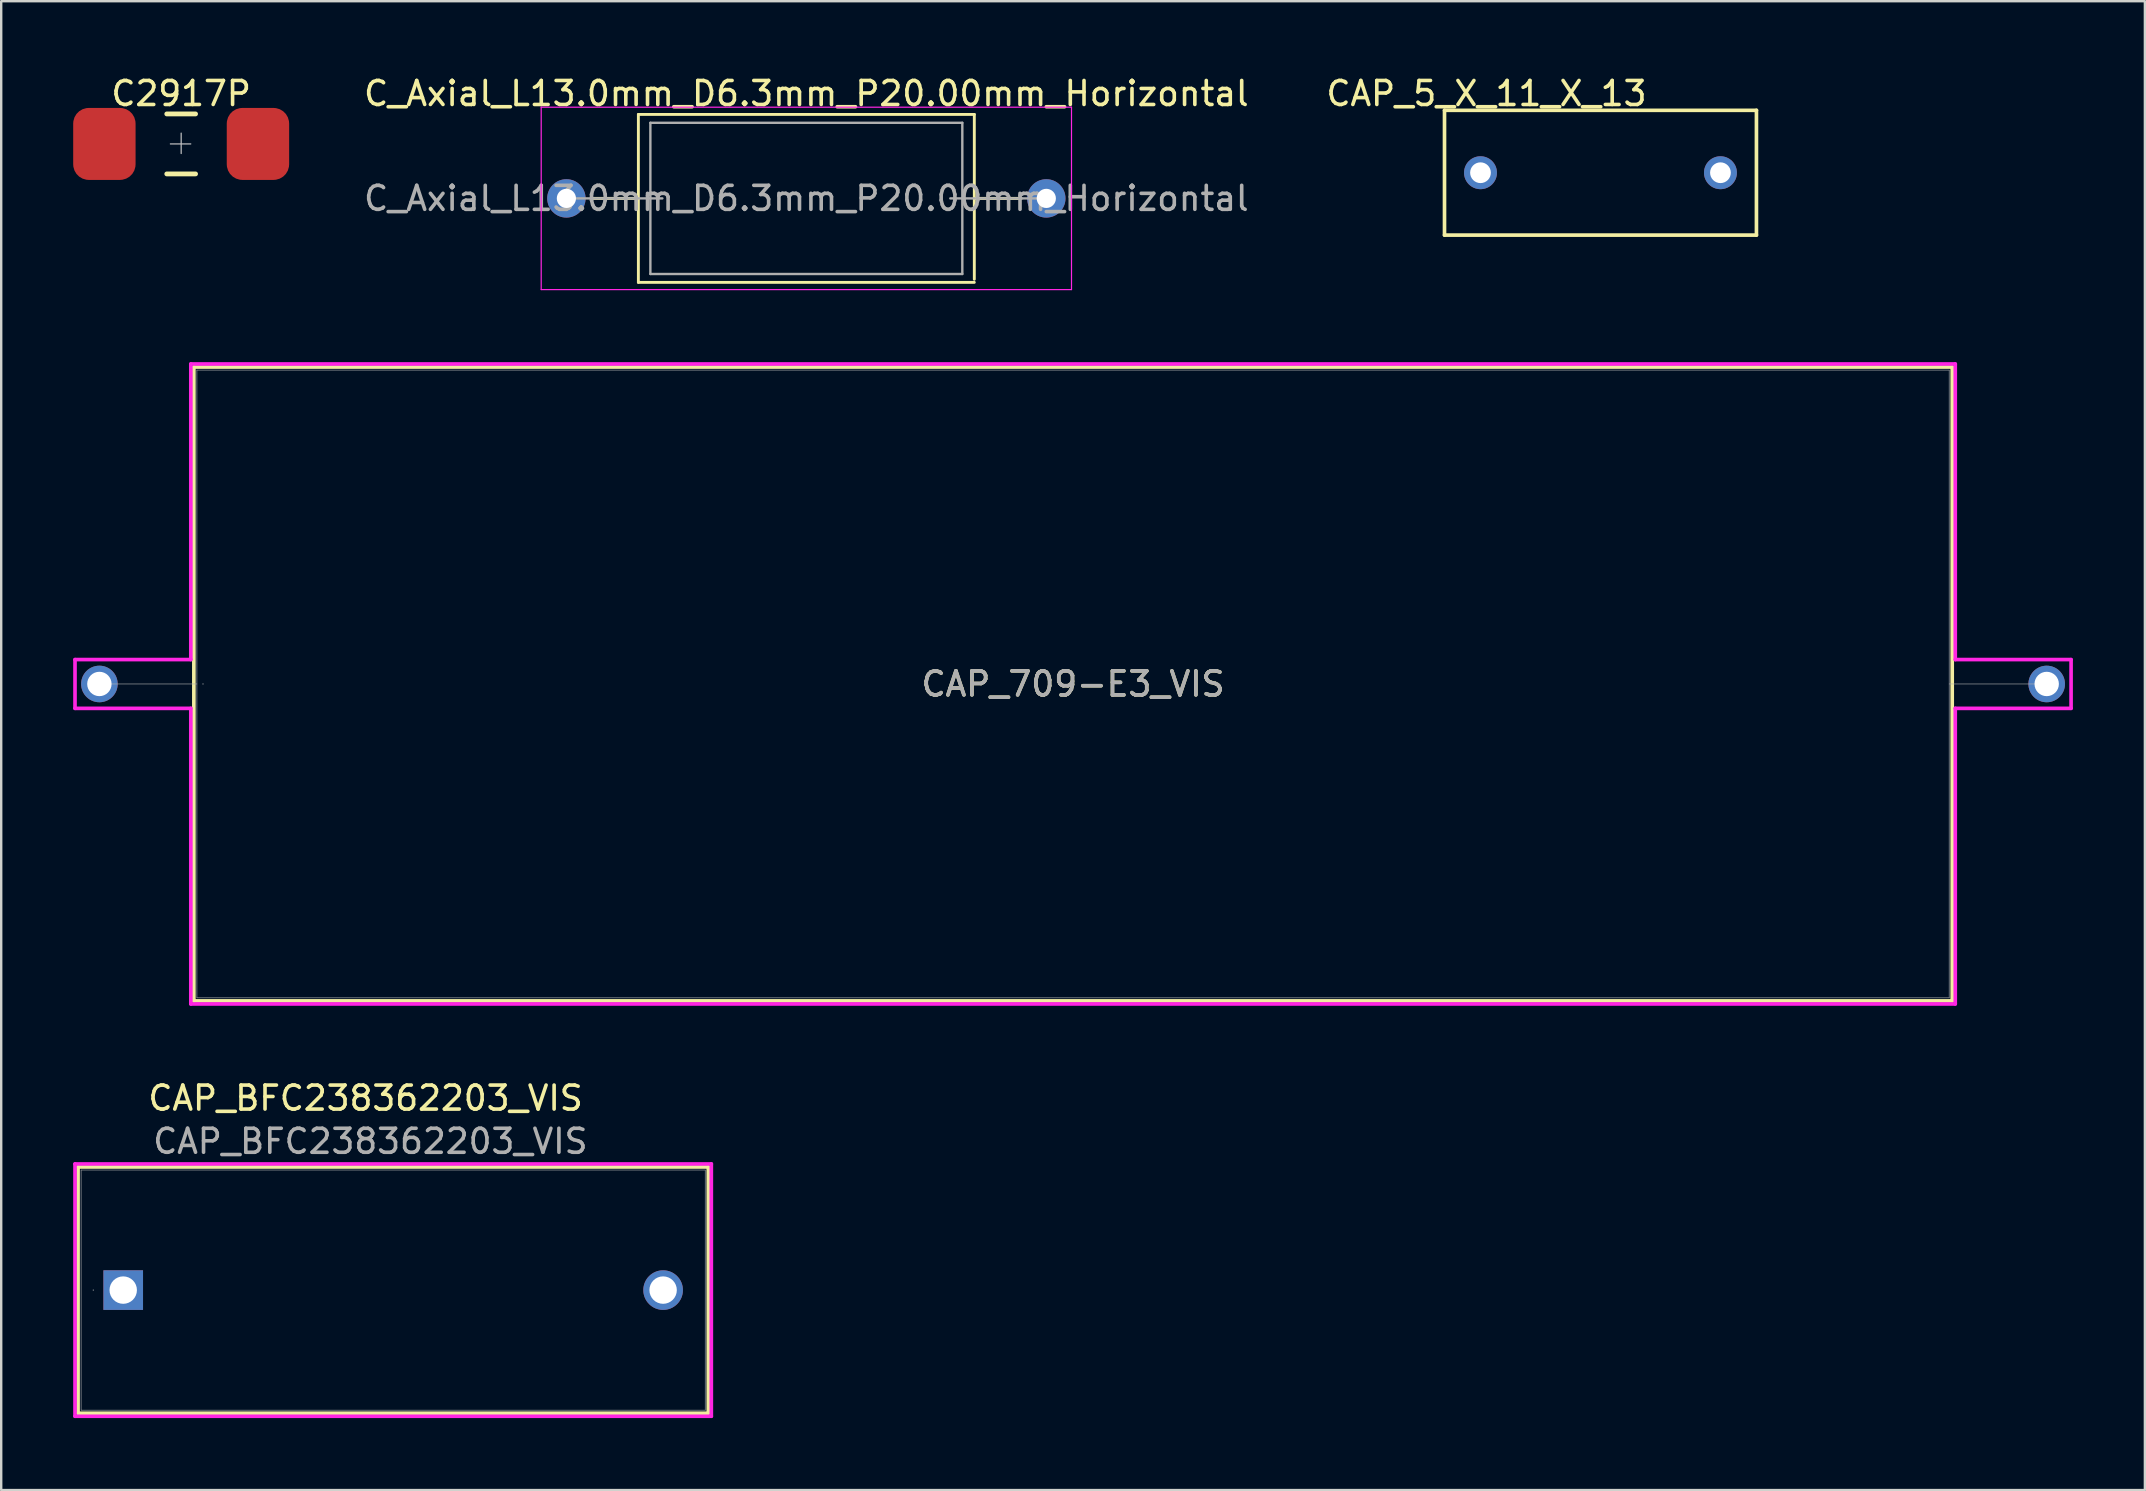
<source format=kicad_pcb>
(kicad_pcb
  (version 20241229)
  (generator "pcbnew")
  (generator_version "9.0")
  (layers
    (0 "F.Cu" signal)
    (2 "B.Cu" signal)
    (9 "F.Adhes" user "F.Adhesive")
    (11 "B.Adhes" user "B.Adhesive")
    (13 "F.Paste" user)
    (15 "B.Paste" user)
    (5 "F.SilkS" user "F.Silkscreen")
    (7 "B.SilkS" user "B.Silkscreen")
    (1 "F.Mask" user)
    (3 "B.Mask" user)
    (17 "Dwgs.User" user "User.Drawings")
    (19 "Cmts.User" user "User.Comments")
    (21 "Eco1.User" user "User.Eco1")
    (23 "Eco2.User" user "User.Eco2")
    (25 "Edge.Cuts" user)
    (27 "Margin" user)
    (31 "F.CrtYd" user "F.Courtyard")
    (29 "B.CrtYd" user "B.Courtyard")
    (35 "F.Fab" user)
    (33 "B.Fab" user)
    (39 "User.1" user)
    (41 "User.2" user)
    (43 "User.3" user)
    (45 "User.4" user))
  (footprint "CAP_BFC238362203_VIS"
    (layer "F.Cu")
    (at 2.085 50.714)
    (property "Reference" "CAP_BFC238362203_VIS" (at 10.1 -8 0) (unlocked yes) (layer "F.SilkS") (effects (font (size 1 1) (thickness 0.15))))
    (attr through_hole)
    (fp_line (start -1.882 -5.131) (end -1.882 5.131) (stroke (width 0.152) (type solid)) (layer "F.SilkS"))
    (fp_line (start 24.382 -5.131) (end -1.882 -5.131) (stroke (width 0.152) (type solid)) (layer "F.SilkS"))
    (fp_line (start 24.382 -5.131) (end 24.382 5.131) (stroke (width 0.152) (type solid)) (layer "F.SilkS"))
    (fp_line (start 24.382 5.131) (end -1.882 5.131) (stroke (width 0.152) (type solid)) (layer "F.SilkS"))
    (fp_line (start -2.009 -5.258) (end 24.509 -5.258) (stroke (width 0.152) (type solid)) (layer "F.CrtYd"))
    (fp_line (start -2.009 5.258) (end -2.009 -5.258) (stroke (width 0.152) (type solid)) (layer "F.CrtYd"))
    (fp_line (start 24.509 -5.258) (end 24.509 5.258) (stroke (width 0.152) (type solid)) (layer "F.CrtYd"))
    (fp_line (start 24.509 5.258) (end -2.009 5.258) (stroke (width 0.152) (type solid)) (layer "F.CrtYd"))
    (fp_line (start -1.755 -5.004) (end -1.755 5.004) (stroke (width 0.025) (type solid)) (layer "F.Fab"))
    (fp_line (start 24.255 -5.004) (end -1.755 -5.004) (stroke (width 0.025) (type solid)) (layer "F.Fab"))
    (fp_line (start 24.255 -5.004) (end 24.255 5.004) (stroke (width 0.025) (type solid)) (layer "F.Fab"))
    (fp_line (start 24.255 5.004) (end -1.755 5.004) (stroke (width 0.025) (type solid)) (layer "F.Fab"))
    (fp_circle (center -1.247 0) (end -1.247 0) (stroke (width 0.025) (type solid)) (fill no) (layer "F.Fab"))
    (fp_text user "${REFERENCE}" (at 10.3 -6.2 0) (unlocked yes) (layer "F.Fab") (effects (font (size 1 1) (thickness 0.15))))
    (pad "1" thru_hole rect (at 0 0) (size 1.651 1.651) (drill 1.143) (layers "*.Cu" "*.Mask"))
    (pad "2" thru_hole circle (at 22.5 0) (size 1.651 1.651) (drill 1.143) (layers "*.Cu" "*.Mask")))
  (footprint "CAP_5_X_11_X_13"
    (layer "F.Cu")
    (at 63.649 4.148)
    (property "Reference" "CAP_5_X_11_X_13" (at -4.75 -3.3 0) (layer "F.SilkS") (effects (font (size 1 1) (thickness 0.15))))
    (attr through_hole)
    (fp_line (start -6.5 -2.6) (end -6.5 2.6) (stroke (width 0.152) (type solid)) (layer "F.SilkS"))
    (fp_line (start 6.5 -2.6) (end -6.5 -2.6) (stroke (width 0.152) (type solid)) (layer "F.SilkS"))
    (fp_line (start 6.5 -2.6) (end 6.5 2.6) (stroke (width 0.152) (type solid)) (layer "F.SilkS"))
    (fp_line (start 6.5 2.6) (end -6.5 2.6) (stroke (width 0.152) (type solid)) (layer "F.SilkS"))
    (fp_text user "Copyright 2016 Accelerated Designs. All rights reserved." (at 0 0 0) (layer "Cmts.User") (effects (font (size 0.127 0.127) (thickness 0.002))))
    (pad "1" thru_hole circle (at -5 0) (size 1.372 1.372) (drill 0.864) (layers "*.Cu" "*.Mask"))
    (pad "2" thru_hole circle (at 5 0) (size 1.372 1.372) (drill 0.864) (layers "*.Cu" "*.Mask")))
  (footprint "C_Axial_L13.0mm_D6.3mm_P20.00mm_Horizontal"
    (layer "F.Cu")
    (at 30.554 5.218)
    (property "Reference" "C_Axial_L13.0mm_D6.3mm_P20.00mm_Horizontal" (at 0 -4.37 0) (layer "F.SilkS") (effects (font (size 1 1) (thickness 0.15))))
    (attr through_hole)
    (fp_line (start -8.96 0) (end -7 0) (stroke (width 0.12) (type solid)) (layer "F.SilkS"))
    (fp_line (start -7 -3.5) (end -7 3.5) (stroke (width 0.12) (type solid)) (layer "F.SilkS"))
    (fp_line (start -7 3.5) (end 7 3.5) (stroke (width 0.12) (type solid)) (layer "F.SilkS"))
    (fp_line (start 7 -3.5) (end -7 -3.5) (stroke (width 0.12) (type solid)) (layer "F.SilkS"))
    (fp_line (start 7 3.37) (end 7 -3.5) (stroke (width 0.12) (type solid)) (layer "F.SilkS"))
    (fp_line (start 8.96 0) (end 7 0) (stroke (width 0.12) (type solid)) (layer "F.SilkS"))
    (fp_line (start -11.05 -3.8) (end -11.05 3.8) (stroke (width 0.05) (type solid)) (layer "F.CrtYd"))
    (fp_line (start -11.05 3.8) (end 11.05 3.8) (stroke (width 0.05) (type solid)) (layer "F.CrtYd"))
    (fp_line (start 11.05 -3.8) (end -11.05 -3.8) (stroke (width 0.05) (type solid)) (layer "F.CrtYd"))
    (fp_line (start 11.05 3.8) (end 11.05 -3.8) (stroke (width 0.05) (type solid)) (layer "F.CrtYd"))
    (fp_line (start -10 0) (end -6 0) (stroke (width 0.1) (type solid)) (layer "F.Fab"))
    (fp_line (start -6.5 -3.15) (end -6.5 3.15) (stroke (width 0.1) (type solid)) (layer "F.Fab"))
    (fp_line (start -6.5 3.15) (end 6.5 3.15) (stroke (width 0.1) (type solid)) (layer "F.Fab"))
    (fp_line (start 6.5 -3.15) (end -6.5 -3.15) (stroke (width 0.1) (type solid)) (layer "F.Fab"))
    (fp_line (start 6.5 3.15) (end 6.5 -3.15) (stroke (width 0.1) (type solid)) (layer "F.Fab"))
    (fp_line (start 10 0) (end 6 0) (stroke (width 0.1) (type solid)) (layer "F.Fab"))
    (fp_text user "${REFERENCE}" (at 0 0 0) (layer "F.Fab") (effects (font (size 1 1) (thickness 0.15))))
    (pad "1" thru_hole circle (at -10 0) (size 1.6 1.6) (drill 0.8) (layers "*.Cu" "*.Mask"))
    (pad "2" thru_hole oval (at 10 0) (size 1.6 1.6) (drill 0.8) (layers "*.Cu" "*.Mask")))
  (footprint "CAP_709-E3_VIS"
    (layer "F.Cu")
    (at 1.092 25.454)
    (property "Reference" "CAP_709-E3_VIS" (at 40.577 0 0) (unlocked yes) (layer "F.SilkS") (effects (font (size 1 1) (thickness 0.15))))
    (attr through_hole)
    (fp_line (start 3.937 -13.208) (end 3.937 13.208) (stroke (width 0.152) (type solid)) (layer "F.SilkS"))
    (fp_line (start 3.937 13.208) (end 77.216 13.208) (stroke (width 0.152) (type solid)) (layer "F.SilkS"))
    (fp_line (start 77.216 -13.208) (end 3.937 -13.208) (stroke (width 0.152) (type solid)) (layer "F.SilkS"))
    (fp_line (start 77.216 13.208) (end 77.216 -13.208) (stroke (width 0.152) (type solid)) (layer "F.SilkS"))
    (fp_line (start -1.016 -1.016) (end 3.81 -1.016) (stroke (width 0.152) (type solid)) (layer "F.CrtYd"))
    (fp_line (start -1.016 1.016) (end -1.016 -1.016) (stroke (width 0.152) (type solid)) (layer "F.CrtYd"))
    (fp_line (start 3.81 -13.335) (end 77.343 -13.335) (stroke (width 0.152) (type solid)) (layer "F.CrtYd"))
    (fp_line (start 3.81 -1.016) (end 3.81 -13.335) (stroke (width 0.152) (type solid)) (layer "F.CrtYd"))
    (fp_line (start 3.81 1.016) (end -1.016 1.016) (stroke (width 0.152) (type solid)) (layer "F.CrtYd"))
    (fp_line (start 3.81 13.335) (end 3.81 1.016) (stroke (width 0.152) (type solid)) (layer "F.CrtYd"))
    (fp_line (start 3.81 13.335) (end 77.343 13.335) (stroke (width 0.152) (type solid)) (layer "F.CrtYd"))
    (fp_line (start 77.343 -13.335) (end 77.343 -1.016) (stroke (width 0.152) (type solid)) (layer "F.CrtYd"))
    (fp_line (start 77.343 -1.016) (end 82.169 -1.016) (stroke (width 0.152) (type solid)) (layer "F.CrtYd"))
    (fp_line (start 77.343 1.016) (end 77.343 13.335) (stroke (width 0.152) (type solid)) (layer "F.CrtYd"))
    (fp_line (start 82.169 -1.016) (end 82.169 1.016) (stroke (width 0.152) (type solid)) (layer "F.CrtYd"))
    (fp_line (start 82.169 1.016) (end 77.343 1.016) (stroke (width 0.152) (type solid)) (layer "F.CrtYd"))
    (fp_line (start 0 0) (end 4.064 0) (stroke (width 0.025) (type solid)) (layer "F.Fab"))
    (fp_line (start 4.064 -13.081) (end 4.064 13.081) (stroke (width 0.025) (type solid)) (layer "F.Fab"))
    (fp_line (start 4.064 13.081) (end 77.089 13.081) (stroke (width 0.025) (type solid)) (layer "F.Fab"))
    (fp_line (start 77.089 -13.081) (end 4.064 -13.081) (stroke (width 0.025) (type solid)) (layer "F.Fab"))
    (fp_line (start 77.089 13.081) (end 77.089 -13.081) (stroke (width 0.025) (type solid)) (layer "F.Fab"))
    (fp_line (start 81.153 0) (end 77.089 0) (stroke (width 0.025) (type solid)) (layer "F.Fab"))
    (fp_circle (center 4.318 0) (end 4.318 0) (stroke (width 0.025) (type solid)) (fill no) (layer "F.Fab"))
    (fp_text user "${REFERENCE}" (at 40.577 0 0) (unlocked yes) (layer "F.Fab") (effects (font (size 1 1) (thickness 0.15))))
    (pad "1" thru_hole circle (at 0 0) (size 1.524 1.524) (drill 1.016) (layers "*.Cu" "*.Mask"))
    (pad "2" thru_hole circle (at 81.153 0) (size 1.524 1.524) (drill 1.016) (layers "*.Cu" "*.Mask")))
  (footprint "C2917P"
    (layer "F.Cu")
    (at 4.5 2.948)
    (property "Reference" "C2917P" (at 0 -2.1 0) (layer "F.SilkS") (effects (font (size 1 1) (thickness 0.15))))
    (attr through_hole)
    (fp_line (start -0.6 -1.25) (end 0.6 -1.25) (stroke (width 0.2) (type solid)) (layer "F.SilkS"))
    (fp_line (start -0.6 1.25) (end 0.6 1.25) (stroke (width 0.2) (type solid)) (layer "F.SilkS"))
    (fp_line (start -0.45 0) (end 0.4 0) (stroke (width 0.05) (type solid)) (layer "Dwgs.User"))
    (fp_line (start 0 -0.45) (end 0 0.4) (stroke (width 0.05) (type solid)) (layer "Dwgs.User"))
    (fp_line (start -3.65 -1.25) (end 3.65 -1.25) (stroke (width 0.1) (type solid)) (layer "Eco1.User"))
    (fp_line (start -3.65 1.25) (end -3.65 -1.25) (stroke (width 0.1) (type solid)) (layer "Eco1.User"))
    (fp_line (start -3.65 1.25) (end 3.65 1.25) (stroke (width 0.1) (type solid)) (layer "Eco1.User"))
    (fp_line (start 3.65 1.25) (end 3.65 -1.25) (stroke (width 0.1) (type solid)) (layer "Eco1.User"))
    (pad "1" smd roundrect (at -3.2 0 180) (size 2.6 3) (layers "F.Cu" "F.Mask" "F.Paste") (roundrect_rratio 0.25))
    (pad "2" smd roundrect (at 3.2 0 180) (size 2.6 3) (layers "F.Cu" "F.Mask" "F.Paste") (roundrect_rratio 0.25)))
  (gr_rect
    (start -3 -3)
    (end 86.337 59.048)
    (stroke (width 0.1) (type default))
    (fill no)
    (layer "Edge.Cuts")))
</source>
